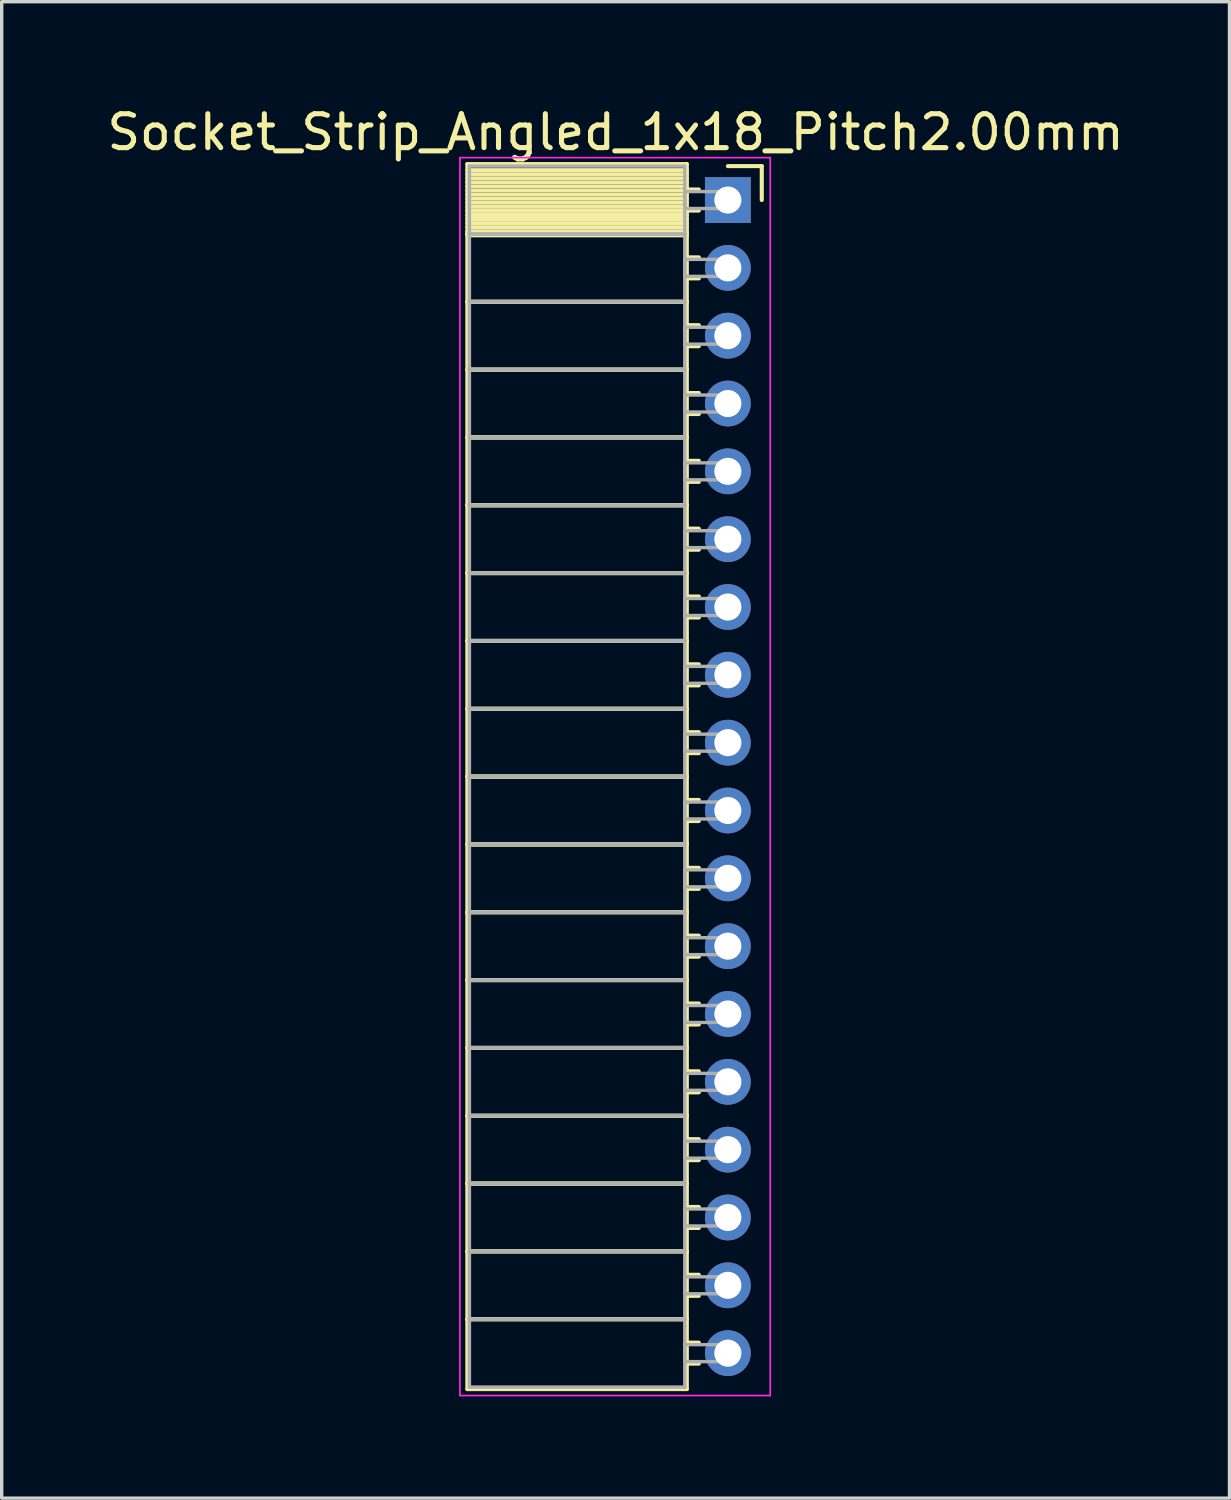
<source format=kicad_pcb>
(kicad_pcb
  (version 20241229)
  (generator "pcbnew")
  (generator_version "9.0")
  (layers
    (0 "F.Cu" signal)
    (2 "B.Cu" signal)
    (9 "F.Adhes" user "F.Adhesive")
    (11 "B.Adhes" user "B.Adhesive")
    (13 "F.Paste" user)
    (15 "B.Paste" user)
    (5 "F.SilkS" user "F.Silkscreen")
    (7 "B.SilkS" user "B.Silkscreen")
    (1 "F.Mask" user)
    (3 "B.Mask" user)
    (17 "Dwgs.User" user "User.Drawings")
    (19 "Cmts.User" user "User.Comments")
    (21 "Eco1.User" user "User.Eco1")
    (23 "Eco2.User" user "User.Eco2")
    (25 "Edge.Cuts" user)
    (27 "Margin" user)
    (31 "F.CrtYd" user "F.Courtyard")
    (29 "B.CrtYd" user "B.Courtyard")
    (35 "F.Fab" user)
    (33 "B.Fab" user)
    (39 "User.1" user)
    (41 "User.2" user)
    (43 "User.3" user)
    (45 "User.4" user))
  (footprint "Socket_Strip_Angled_1x18_Pitch2.00mm"
    (layer "F.Cu")
    (at 18.411 2.848)
    (property "Reference" "Socket_Strip_Angled_1x18_Pitch2.00mm" (at -3.31 -2 0) (layer "F.SilkS") (effects (font (size 1 1) (thickness 0.15))))
    (attr through_hole)
    (fp_line (start -7.68 -1.06) (end -1.21 -1.06) (stroke (width 0.12) (type solid)) (layer "F.SilkS"))
    (fp_line (start -7.68 1) (end -7.68 -1.06) (stroke (width 0.12) (type solid)) (layer "F.SilkS"))
    (fp_line (start -7.68 1) (end -1.21 1) (stroke (width 0.12) (type solid)) (layer "F.SilkS"))
    (fp_line (start -7.68 3) (end -7.68 1) (stroke (width 0.12) (type solid)) (layer "F.SilkS"))
    (fp_line (start -7.68 3) (end -1.21 3) (stroke (width 0.12) (type solid)) (layer "F.SilkS"))
    (fp_line (start -7.68 5) (end -7.68 3) (stroke (width 0.12) (type solid)) (layer "F.SilkS"))
    (fp_line (start -7.68 5) (end -1.21 5) (stroke (width 0.12) (type solid)) (layer "F.SilkS"))
    (fp_line (start -7.68 7) (end -7.68 5) (stroke (width 0.12) (type solid)) (layer "F.SilkS"))
    (fp_line (start -7.68 7) (end -1.21 7) (stroke (width 0.12) (type solid)) (layer "F.SilkS"))
    (fp_line (start -7.68 9) (end -7.68 7) (stroke (width 0.12) (type solid)) (layer "F.SilkS"))
    (fp_line (start -7.68 9) (end -1.21 9) (stroke (width 0.12) (type solid)) (layer "F.SilkS"))
    (fp_line (start -7.68 11) (end -7.68 9) (stroke (width 0.12) (type solid)) (layer "F.SilkS"))
    (fp_line (start -7.68 11) (end -1.21 11) (stroke (width 0.12) (type solid)) (layer "F.SilkS"))
    (fp_line (start -7.68 13) (end -7.68 11) (stroke (width 0.12) (type solid)) (layer "F.SilkS"))
    (fp_line (start -7.68 13) (end -1.21 13) (stroke (width 0.12) (type solid)) (layer "F.SilkS"))
    (fp_line (start -7.68 15) (end -7.68 13) (stroke (width 0.12) (type solid)) (layer "F.SilkS"))
    (fp_line (start -7.68 15) (end -1.21 15) (stroke (width 0.12) (type solid)) (layer "F.SilkS"))
    (fp_line (start -7.68 17) (end -7.68 15) (stroke (width 0.12) (type solid)) (layer "F.SilkS"))
    (fp_line (start -7.68 17) (end -1.21 17) (stroke (width 0.12) (type solid)) (layer "F.SilkS"))
    (fp_line (start -7.68 19) (end -7.68 17) (stroke (width 0.12) (type solid)) (layer "F.SilkS"))
    (fp_line (start -7.68 19) (end -1.21 19) (stroke (width 0.12) (type solid)) (layer "F.SilkS"))
    (fp_line (start -7.68 21) (end -7.68 19) (stroke (width 0.12) (type solid)) (layer "F.SilkS"))
    (fp_line (start -7.68 21) (end -1.21 21) (stroke (width 0.12) (type solid)) (layer "F.SilkS"))
    (fp_line (start -7.68 23) (end -7.68 21) (stroke (width 0.12) (type solid)) (layer "F.SilkS"))
    (fp_line (start -7.68 23) (end -1.21 23) (stroke (width 0.12) (type solid)) (layer "F.SilkS"))
    (fp_line (start -7.68 25) (end -7.68 23) (stroke (width 0.12) (type solid)) (layer "F.SilkS"))
    (fp_line (start -7.68 25) (end -1.21 25) (stroke (width 0.12) (type solid)) (layer "F.SilkS"))
    (fp_line (start -7.68 27) (end -7.68 25) (stroke (width 0.12) (type solid)) (layer "F.SilkS"))
    (fp_line (start -7.68 27) (end -1.21 27) (stroke (width 0.12) (type solid)) (layer "F.SilkS"))
    (fp_line (start -7.68 29) (end -7.68 27) (stroke (width 0.12) (type solid)) (layer "F.SilkS"))
    (fp_line (start -7.68 29) (end -1.21 29) (stroke (width 0.12) (type solid)) (layer "F.SilkS"))
    (fp_line (start -7.68 31) (end -7.68 29) (stroke (width 0.12) (type solid)) (layer "F.SilkS"))
    (fp_line (start -7.68 31) (end -1.21 31) (stroke (width 0.12) (type solid)) (layer "F.SilkS"))
    (fp_line (start -7.68 33) (end -7.68 31) (stroke (width 0.12) (type solid)) (layer "F.SilkS"))
    (fp_line (start -7.68 33) (end -1.21 33) (stroke (width 0.12) (type solid)) (layer "F.SilkS"))
    (fp_line (start -7.68 35.06) (end -7.68 33) (stroke (width 0.12) (type solid)) (layer "F.SilkS"))
    (fp_line (start -1.21 -1.06) (end -1.21 1) (stroke (width 0.12) (type solid)) (layer "F.SilkS"))
    (fp_line (start -1.21 -0.88) (end -7.68 -0.88) (stroke (width 0.12) (type solid)) (layer "F.SilkS"))
    (fp_line (start -1.21 -0.76) (end -7.68 -0.76) (stroke (width 0.12) (type solid)) (layer "F.SilkS"))
    (fp_line (start -1.21 -0.64) (end -7.68 -0.64) (stroke (width 0.12) (type solid)) (layer "F.SilkS"))
    (fp_line (start -1.21 -0.52) (end -7.68 -0.52) (stroke (width 0.12) (type solid)) (layer "F.SilkS"))
    (fp_line (start -1.21 -0.4) (end -7.68 -0.4) (stroke (width 0.12) (type solid)) (layer "F.SilkS"))
    (fp_line (start -1.21 -0.28) (end -7.68 -0.28) (stroke (width 0.12) (type solid)) (layer "F.SilkS"))
    (fp_line (start -1.21 -0.16) (end -7.68 -0.16) (stroke (width 0.12) (type solid)) (layer "F.SilkS"))
    (fp_line (start -1.21 -0.04) (end -7.68 -0.04) (stroke (width 0.12) (type solid)) (layer "F.SilkS"))
    (fp_line (start -1.21 0.08) (end -7.68 0.08) (stroke (width 0.12) (type solid)) (layer "F.SilkS"))
    (fp_line (start -1.21 0.2) (end -7.68 0.2) (stroke (width 0.12) (type solid)) (layer "F.SilkS"))
    (fp_line (start -1.21 0.32) (end -7.68 0.32) (stroke (width 0.12) (type solid)) (layer "F.SilkS"))
    (fp_line (start -1.21 0.44) (end -7.68 0.44) (stroke (width 0.12) (type solid)) (layer "F.SilkS"))
    (fp_line (start -1.21 0.56) (end -7.68 0.56) (stroke (width 0.12) (type solid)) (layer "F.SilkS"))
    (fp_line (start -1.21 0.68) (end -7.68 0.68) (stroke (width 0.12) (type solid)) (layer "F.SilkS"))
    (fp_line (start -1.21 0.8) (end -7.68 0.8) (stroke (width 0.12) (type solid)) (layer "F.SilkS"))
    (fp_line (start -1.21 0.92) (end -7.68 0.92) (stroke (width 0.12) (type solid)) (layer "F.SilkS"))
    (fp_line (start -1.21 1) (end -7.68 1) (stroke (width 0.12) (type solid)) (layer "F.SilkS"))
    (fp_line (start -1.21 1) (end -1.21 3) (stroke (width 0.12) (type solid)) (layer "F.SilkS"))
    (fp_line (start -1.21 1.04) (end -7.68 1.04) (stroke (width 0.12) (type solid)) (layer "F.SilkS"))
    (fp_line (start -1.21 3) (end -7.68 3) (stroke (width 0.12) (type solid)) (layer "F.SilkS"))
    (fp_line (start -1.21 3) (end -1.21 5) (stroke (width 0.12) (type solid)) (layer "F.SilkS"))
    (fp_line (start -1.21 5) (end -7.68 5) (stroke (width 0.12) (type solid)) (layer "F.SilkS"))
    (fp_line (start -1.21 5) (end -1.21 7) (stroke (width 0.12) (type solid)) (layer "F.SilkS"))
    (fp_line (start -1.21 7) (end -7.68 7) (stroke (width 0.12) (type solid)) (layer "F.SilkS"))
    (fp_line (start -1.21 7) (end -1.21 9) (stroke (width 0.12) (type solid)) (layer "F.SilkS"))
    (fp_line (start -1.21 9) (end -7.68 9) (stroke (width 0.12) (type solid)) (layer "F.SilkS"))
    (fp_line (start -1.21 9) (end -1.21 11) (stroke (width 0.12) (type solid)) (layer "F.SilkS"))
    (fp_line (start -1.21 11) (end -7.68 11) (stroke (width 0.12) (type solid)) (layer "F.SilkS"))
    (fp_line (start -1.21 11) (end -1.21 13) (stroke (width 0.12) (type solid)) (layer "F.SilkS"))
    (fp_line (start -1.21 13) (end -7.68 13) (stroke (width 0.12) (type solid)) (layer "F.SilkS"))
    (fp_line (start -1.21 13) (end -1.21 15) (stroke (width 0.12) (type solid)) (layer "F.SilkS"))
    (fp_line (start -1.21 15) (end -7.68 15) (stroke (width 0.12) (type solid)) (layer "F.SilkS"))
    (fp_line (start -1.21 15) (end -1.21 17) (stroke (width 0.12) (type solid)) (layer "F.SilkS"))
    (fp_line (start -1.21 17) (end -7.68 17) (stroke (width 0.12) (type solid)) (layer "F.SilkS"))
    (fp_line (start -1.21 17) (end -1.21 19) (stroke (width 0.12) (type solid)) (layer "F.SilkS"))
    (fp_line (start -1.21 19) (end -7.68 19) (stroke (width 0.12) (type solid)) (layer "F.SilkS"))
    (fp_line (start -1.21 19) (end -1.21 21) (stroke (width 0.12) (type solid)) (layer "F.SilkS"))
    (fp_line (start -1.21 21) (end -7.68 21) (stroke (width 0.12) (type solid)) (layer "F.SilkS"))
    (fp_line (start -1.21 21) (end -1.21 23) (stroke (width 0.12) (type solid)) (layer "F.SilkS"))
    (fp_line (start -1.21 23) (end -7.68 23) (stroke (width 0.12) (type solid)) (layer "F.SilkS"))
    (fp_line (start -1.21 23) (end -1.21 25) (stroke (width 0.12) (type solid)) (layer "F.SilkS"))
    (fp_line (start -1.21 25) (end -7.68 25) (stroke (width 0.12) (type solid)) (layer "F.SilkS"))
    (fp_line (start -1.21 25) (end -1.21 27) (stroke (width 0.12) (type solid)) (layer "F.SilkS"))
    (fp_line (start -1.21 27) (end -7.68 27) (stroke (width 0.12) (type solid)) (layer "F.SilkS"))
    (fp_line (start -1.21 27) (end -1.21 29) (stroke (width 0.12) (type solid)) (layer "F.SilkS"))
    (fp_line (start -1.21 29) (end -7.68 29) (stroke (width 0.12) (type solid)) (layer "F.SilkS"))
    (fp_line (start -1.21 29) (end -1.21 31) (stroke (width 0.12) (type solid)) (layer "F.SilkS"))
    (fp_line (start -1.21 31) (end -7.68 31) (stroke (width 0.12) (type solid)) (layer "F.SilkS"))
    (fp_line (start -1.21 31) (end -1.21 33) (stroke (width 0.12) (type solid)) (layer "F.SilkS"))
    (fp_line (start -1.21 33) (end -7.68 33) (stroke (width 0.12) (type solid)) (layer "F.SilkS"))
    (fp_line (start -1.21 33) (end -1.21 35.06) (stroke (width 0.12) (type solid)) (layer "F.SilkS"))
    (fp_line (start -1.21 35.06) (end -7.68 35.06) (stroke (width 0.12) (type solid)) (layer "F.SilkS"))
    (fp_line (start -0.855 -0.31) (end -1.21 -0.31) (stroke (width 0.12) (type solid)) (layer "F.SilkS"))
    (fp_line (start -0.855 0.31) (end -1.21 0.31) (stroke (width 0.12) (type solid)) (layer "F.SilkS"))
    (fp_line (start -0.855 1.69) (end -1.21 1.69) (stroke (width 0.12) (type solid)) (layer "F.SilkS"))
    (fp_line (start -0.855 2.31) (end -1.21 2.31) (stroke (width 0.12) (type solid)) (layer "F.SilkS"))
    (fp_line (start -0.855 3.69) (end -1.21 3.69) (stroke (width 0.12) (type solid)) (layer "F.SilkS"))
    (fp_line (start -0.855 4.31) (end -1.21 4.31) (stroke (width 0.12) (type solid)) (layer "F.SilkS"))
    (fp_line (start -0.855 5.69) (end -1.21 5.69) (stroke (width 0.12) (type solid)) (layer "F.SilkS"))
    (fp_line (start -0.855 6.31) (end -1.21 6.31) (stroke (width 0.12) (type solid)) (layer "F.SilkS"))
    (fp_line (start -0.855 7.69) (end -1.21 7.69) (stroke (width 0.12) (type solid)) (layer "F.SilkS"))
    (fp_line (start -0.855 8.31) (end -1.21 8.31) (stroke (width 0.12) (type solid)) (layer "F.SilkS"))
    (fp_line (start -0.855 9.69) (end -1.21 9.69) (stroke (width 0.12) (type solid)) (layer "F.SilkS"))
    (fp_line (start -0.855 10.31) (end -1.21 10.31) (stroke (width 0.12) (type solid)) (layer "F.SilkS"))
    (fp_line (start -0.855 11.69) (end -1.21 11.69) (stroke (width 0.12) (type solid)) (layer "F.SilkS"))
    (fp_line (start -0.855 12.31) (end -1.21 12.31) (stroke (width 0.12) (type solid)) (layer "F.SilkS"))
    (fp_line (start -0.855 13.69) (end -1.21 13.69) (stroke (width 0.12) (type solid)) (layer "F.SilkS"))
    (fp_line (start -0.855 14.31) (end -1.21 14.31) (stroke (width 0.12) (type solid)) (layer "F.SilkS"))
    (fp_line (start -0.855 15.69) (end -1.21 15.69) (stroke (width 0.12) (type solid)) (layer "F.SilkS"))
    (fp_line (start -0.855 16.31) (end -1.21 16.31) (stroke (width 0.12) (type solid)) (layer "F.SilkS"))
    (fp_line (start -0.855 17.69) (end -1.21 17.69) (stroke (width 0.12) (type solid)) (layer "F.SilkS"))
    (fp_line (start -0.855 18.31) (end -1.21 18.31) (stroke (width 0.12) (type solid)) (layer "F.SilkS"))
    (fp_line (start -0.855 19.69) (end -1.21 19.69) (stroke (width 0.12) (type solid)) (layer "F.SilkS"))
    (fp_line (start -0.855 20.31) (end -1.21 20.31) (stroke (width 0.12) (type solid)) (layer "F.SilkS"))
    (fp_line (start -0.855 21.69) (end -1.21 21.69) (stroke (width 0.12) (type solid)) (layer "F.SilkS"))
    (fp_line (start -0.855 22.31) (end -1.21 22.31) (stroke (width 0.12) (type solid)) (layer "F.SilkS"))
    (fp_line (start -0.855 23.69) (end -1.21 23.69) (stroke (width 0.12) (type solid)) (layer "F.SilkS"))
    (fp_line (start -0.855 24.31) (end -1.21 24.31) (stroke (width 0.12) (type solid)) (layer "F.SilkS"))
    (fp_line (start -0.855 25.69) (end -1.21 25.69) (stroke (width 0.12) (type solid)) (layer "F.SilkS"))
    (fp_line (start -0.855 26.31) (end -1.21 26.31) (stroke (width 0.12) (type solid)) (layer "F.SilkS"))
    (fp_line (start -0.855 27.69) (end -1.21 27.69) (stroke (width 0.12) (type solid)) (layer "F.SilkS"))
    (fp_line (start -0.855 28.31) (end -1.21 28.31) (stroke (width 0.12) (type solid)) (layer "F.SilkS"))
    (fp_line (start -0.855 29.69) (end -1.21 29.69) (stroke (width 0.12) (type solid)) (layer "F.SilkS"))
    (fp_line (start -0.855 30.31) (end -1.21 30.31) (stroke (width 0.12) (type solid)) (layer "F.SilkS"))
    (fp_line (start -0.855 31.69) (end -1.21 31.69) (stroke (width 0.12) (type solid)) (layer "F.SilkS"))
    (fp_line (start -0.855 32.31) (end -1.21 32.31) (stroke (width 0.12) (type solid)) (layer "F.SilkS"))
    (fp_line (start -0.855 33.69) (end -1.21 33.69) (stroke (width 0.12) (type solid)) (layer "F.SilkS"))
    (fp_line (start -0.855 34.31) (end -1.21 34.31) (stroke (width 0.12) (type solid)) (layer "F.SilkS"))
    (fp_line (start 0 -1) (end 1 -1) (stroke (width 0.12) (type solid)) (layer "F.SilkS"))
    (fp_line (start 1 -1) (end 1 0) (stroke (width 0.12) (type solid)) (layer "F.SilkS"))
    (fp_line (start -7.9 -1.25) (end 1.25 -1.25) (stroke (width 0.05) (type solid)) (layer "F.CrtYd"))
    (fp_line (start -7.9 35.25) (end -7.9 -1.25) (stroke (width 0.05) (type solid)) (layer "F.CrtYd"))
    (fp_line (start 1.25 -1.25) (end 1.25 35.25) (stroke (width 0.05) (type solid)) (layer "F.CrtYd"))
    (fp_line (start 1.25 35.25) (end -7.9 35.25) (stroke (width 0.05) (type solid)) (layer "F.CrtYd"))
    (fp_line (start -7.62 -1) (end -1.27 -1) (stroke (width 0.1) (type solid)) (layer "F.Fab"))
    (fp_line (start -7.62 1) (end -7.62 -1) (stroke (width 0.1) (type solid)) (layer "F.Fab"))
    (fp_line (start -7.62 1) (end -1.27 1) (stroke (width 0.1) (type solid)) (layer "F.Fab"))
    (fp_line (start -7.62 3) (end -7.62 1) (stroke (width 0.1) (type solid)) (layer "F.Fab"))
    (fp_line (start -7.62 3) (end -1.27 3) (stroke (width 0.1) (type solid)) (layer "F.Fab"))
    (fp_line (start -7.62 5) (end -7.62 3) (stroke (width 0.1) (type solid)) (layer "F.Fab"))
    (fp_line (start -7.62 5) (end -1.27 5) (stroke (width 0.1) (type solid)) (layer "F.Fab"))
    (fp_line (start -7.62 7) (end -7.62 5) (stroke (width 0.1) (type solid)) (layer "F.Fab"))
    (fp_line (start -7.62 7) (end -1.27 7) (stroke (width 0.1) (type solid)) (layer "F.Fab"))
    (fp_line (start -7.62 9) (end -7.62 7) (stroke (width 0.1) (type solid)) (layer "F.Fab"))
    (fp_line (start -7.62 9) (end -1.27 9) (stroke (width 0.1) (type solid)) (layer "F.Fab"))
    (fp_line (start -7.62 11) (end -7.62 9) (stroke (width 0.1) (type solid)) (layer "F.Fab"))
    (fp_line (start -7.62 11) (end -1.27 11) (stroke (width 0.1) (type solid)) (layer "F.Fab"))
    (fp_line (start -7.62 13) (end -7.62 11) (stroke (width 0.1) (type solid)) (layer "F.Fab"))
    (fp_line (start -7.62 13) (end -1.27 13) (stroke (width 0.1) (type solid)) (layer "F.Fab"))
    (fp_line (start -7.62 15) (end -7.62 13) (stroke (width 0.1) (type solid)) (layer "F.Fab"))
    (fp_line (start -7.62 15) (end -1.27 15) (stroke (width 0.1) (type solid)) (layer "F.Fab"))
    (fp_line (start -7.62 17) (end -7.62 15) (stroke (width 0.1) (type solid)) (layer "F.Fab"))
    (fp_line (start -7.62 17) (end -1.27 17) (stroke (width 0.1) (type solid)) (layer "F.Fab"))
    (fp_line (start -7.62 19) (end -7.62 17) (stroke (width 0.1) (type solid)) (layer "F.Fab"))
    (fp_line (start -7.62 19) (end -1.27 19) (stroke (width 0.1) (type solid)) (layer "F.Fab"))
    (fp_line (start -7.62 21) (end -7.62 19) (stroke (width 0.1) (type solid)) (layer "F.Fab"))
    (fp_line (start -7.62 21) (end -1.27 21) (stroke (width 0.1) (type solid)) (layer "F.Fab"))
    (fp_line (start -7.62 23) (end -7.62 21) (stroke (width 0.1) (type solid)) (layer "F.Fab"))
    (fp_line (start -7.62 23) (end -1.27 23) (stroke (width 0.1) (type solid)) (layer "F.Fab"))
    (fp_line (start -7.62 25) (end -7.62 23) (stroke (width 0.1) (type solid)) (layer "F.Fab"))
    (fp_line (start -7.62 25) (end -1.27 25) (stroke (width 0.1) (type solid)) (layer "F.Fab"))
    (fp_line (start -7.62 27) (end -7.62 25) (stroke (width 0.1) (type solid)) (layer "F.Fab"))
    (fp_line (start -7.62 27) (end -1.27 27) (stroke (width 0.1) (type solid)) (layer "F.Fab"))
    (fp_line (start -7.62 29) (end -7.62 27) (stroke (width 0.1) (type solid)) (layer "F.Fab"))
    (fp_line (start -7.62 29) (end -1.27 29) (stroke (width 0.1) (type solid)) (layer "F.Fab"))
    (fp_line (start -7.62 31) (end -7.62 29) (stroke (width 0.1) (type solid)) (layer "F.Fab"))
    (fp_line (start -7.62 31) (end -1.27 31) (stroke (width 0.1) (type solid)) (layer "F.Fab"))
    (fp_line (start -7.62 33) (end -7.62 31) (stroke (width 0.1) (type solid)) (layer "F.Fab"))
    (fp_line (start -7.62 33) (end -1.27 33) (stroke (width 0.1) (type solid)) (layer "F.Fab"))
    (fp_line (start -7.62 35) (end -7.62 33) (stroke (width 0.1) (type solid)) (layer "F.Fab"))
    (fp_line (start -1.27 -1) (end -1.27 1) (stroke (width 0.1) (type solid)) (layer "F.Fab"))
    (fp_line (start -1.27 -0.25) (end 0 -0.25) (stroke (width 0.1) (type solid)) (layer "F.Fab"))
    (fp_line (start -1.27 0.25) (end -1.27 -0.25) (stroke (width 0.1) (type solid)) (layer "F.Fab"))
    (fp_line (start -1.27 1) (end -7.62 1) (stroke (width 0.1) (type solid)) (layer "F.Fab"))
    (fp_line (start -1.27 1) (end -1.27 3) (stroke (width 0.1) (type solid)) (layer "F.Fab"))
    (fp_line (start -1.27 1.75) (end 0 1.75) (stroke (width 0.1) (type solid)) (layer "F.Fab"))
    (fp_line (start -1.27 2.25) (end -1.27 1.75) (stroke (width 0.1) (type solid)) (layer "F.Fab"))
    (fp_line (start -1.27 3) (end -7.62 3) (stroke (width 0.1) (type solid)) (layer "F.Fab"))
    (fp_line (start -1.27 3) (end -1.27 5) (stroke (width 0.1) (type solid)) (layer "F.Fab"))
    (fp_line (start -1.27 3.75) (end 0 3.75) (stroke (width 0.1) (type solid)) (layer "F.Fab"))
    (fp_line (start -1.27 4.25) (end -1.27 3.75) (stroke (width 0.1) (type solid)) (layer "F.Fab"))
    (fp_line (start -1.27 5) (end -7.62 5) (stroke (width 0.1) (type solid)) (layer "F.Fab"))
    (fp_line (start -1.27 5) (end -1.27 7) (stroke (width 0.1) (type solid)) (layer "F.Fab"))
    (fp_line (start -1.27 5.75) (end 0 5.75) (stroke (width 0.1) (type solid)) (layer "F.Fab"))
    (fp_line (start -1.27 6.25) (end -1.27 5.75) (stroke (width 0.1) (type solid)) (layer "F.Fab"))
    (fp_line (start -1.27 7) (end -7.62 7) (stroke (width 0.1) (type solid)) (layer "F.Fab"))
    (fp_line (start -1.27 7) (end -1.27 9) (stroke (width 0.1) (type solid)) (layer "F.Fab"))
    (fp_line (start -1.27 7.75) (end 0 7.75) (stroke (width 0.1) (type solid)) (layer "F.Fab"))
    (fp_line (start -1.27 8.25) (end -1.27 7.75) (stroke (width 0.1) (type solid)) (layer "F.Fab"))
    (fp_line (start -1.27 9) (end -7.62 9) (stroke (width 0.1) (type solid)) (layer "F.Fab"))
    (fp_line (start -1.27 9) (end -1.27 11) (stroke (width 0.1) (type solid)) (layer "F.Fab"))
    (fp_line (start -1.27 9.75) (end 0 9.75) (stroke (width 0.1) (type solid)) (layer "F.Fab"))
    (fp_line (start -1.27 10.25) (end -1.27 9.75) (stroke (width 0.1) (type solid)) (layer "F.Fab"))
    (fp_line (start -1.27 11) (end -7.62 11) (stroke (width 0.1) (type solid)) (layer "F.Fab"))
    (fp_line (start -1.27 11) (end -1.27 13) (stroke (width 0.1) (type solid)) (layer "F.Fab"))
    (fp_line (start -1.27 11.75) (end 0 11.75) (stroke (width 0.1) (type solid)) (layer "F.Fab"))
    (fp_line (start -1.27 12.25) (end -1.27 11.75) (stroke (width 0.1) (type solid)) (layer "F.Fab"))
    (fp_line (start -1.27 13) (end -7.62 13) (stroke (width 0.1) (type solid)) (layer "F.Fab"))
    (fp_line (start -1.27 13) (end -1.27 15) (stroke (width 0.1) (type solid)) (layer "F.Fab"))
    (fp_line (start -1.27 13.75) (end 0 13.75) (stroke (width 0.1) (type solid)) (layer "F.Fab"))
    (fp_line (start -1.27 14.25) (end -1.27 13.75) (stroke (width 0.1) (type solid)) (layer "F.Fab"))
    (fp_line (start -1.27 15) (end -7.62 15) (stroke (width 0.1) (type solid)) (layer "F.Fab"))
    (fp_line (start -1.27 15) (end -1.27 17) (stroke (width 0.1) (type solid)) (layer "F.Fab"))
    (fp_line (start -1.27 15.75) (end 0 15.75) (stroke (width 0.1) (type solid)) (layer "F.Fab"))
    (fp_line (start -1.27 16.25) (end -1.27 15.75) (stroke (width 0.1) (type solid)) (layer "F.Fab"))
    (fp_line (start -1.27 17) (end -7.62 17) (stroke (width 0.1) (type solid)) (layer "F.Fab"))
    (fp_line (start -1.27 17) (end -1.27 19) (stroke (width 0.1) (type solid)) (layer "F.Fab"))
    (fp_line (start -1.27 17.75) (end 0 17.75) (stroke (width 0.1) (type solid)) (layer "F.Fab"))
    (fp_line (start -1.27 18.25) (end -1.27 17.75) (stroke (width 0.1) (type solid)) (layer "F.Fab"))
    (fp_line (start -1.27 19) (end -7.62 19) (stroke (width 0.1) (type solid)) (layer "F.Fab"))
    (fp_line (start -1.27 19) (end -1.27 21) (stroke (width 0.1) (type solid)) (layer "F.Fab"))
    (fp_line (start -1.27 19.75) (end 0 19.75) (stroke (width 0.1) (type solid)) (layer "F.Fab"))
    (fp_line (start -1.27 20.25) (end -1.27 19.75) (stroke (width 0.1) (type solid)) (layer "F.Fab"))
    (fp_line (start -1.27 21) (end -7.62 21) (stroke (width 0.1) (type solid)) (layer "F.Fab"))
    (fp_line (start -1.27 21) (end -1.27 23) (stroke (width 0.1) (type solid)) (layer "F.Fab"))
    (fp_line (start -1.27 21.75) (end 0 21.75) (stroke (width 0.1) (type solid)) (layer "F.Fab"))
    (fp_line (start -1.27 22.25) (end -1.27 21.75) (stroke (width 0.1) (type solid)) (layer "F.Fab"))
    (fp_line (start -1.27 23) (end -7.62 23) (stroke (width 0.1) (type solid)) (layer "F.Fab"))
    (fp_line (start -1.27 23) (end -1.27 25) (stroke (width 0.1) (type solid)) (layer "F.Fab"))
    (fp_line (start -1.27 23.75) (end 0 23.75) (stroke (width 0.1) (type solid)) (layer "F.Fab"))
    (fp_line (start -1.27 24.25) (end -1.27 23.75) (stroke (width 0.1) (type solid)) (layer "F.Fab"))
    (fp_line (start -1.27 25) (end -7.62 25) (stroke (width 0.1) (type solid)) (layer "F.Fab"))
    (fp_line (start -1.27 25) (end -1.27 27) (stroke (width 0.1) (type solid)) (layer "F.Fab"))
    (fp_line (start -1.27 25.75) (end 0 25.75) (stroke (width 0.1) (type solid)) (layer "F.Fab"))
    (fp_line (start -1.27 26.25) (end -1.27 25.75) (stroke (width 0.1) (type solid)) (layer "F.Fab"))
    (fp_line (start -1.27 27) (end -7.62 27) (stroke (width 0.1) (type solid)) (layer "F.Fab"))
    (fp_line (start -1.27 27) (end -1.27 29) (stroke (width 0.1) (type solid)) (layer "F.Fab"))
    (fp_line (start -1.27 27.75) (end 0 27.75) (stroke (width 0.1) (type solid)) (layer "F.Fab"))
    (fp_line (start -1.27 28.25) (end -1.27 27.75) (stroke (width 0.1) (type solid)) (layer "F.Fab"))
    (fp_line (start -1.27 29) (end -7.62 29) (stroke (width 0.1) (type solid)) (layer "F.Fab"))
    (fp_line (start -1.27 29) (end -1.27 31) (stroke (width 0.1) (type solid)) (layer "F.Fab"))
    (fp_line (start -1.27 29.75) (end 0 29.75) (stroke (width 0.1) (type solid)) (layer "F.Fab"))
    (fp_line (start -1.27 30.25) (end -1.27 29.75) (stroke (width 0.1) (type solid)) (layer "F.Fab"))
    (fp_line (start -1.27 31) (end -7.62 31) (stroke (width 0.1) (type solid)) (layer "F.Fab"))
    (fp_line (start -1.27 31) (end -1.27 33) (stroke (width 0.1) (type solid)) (layer "F.Fab"))
    (fp_line (start -1.27 31.75) (end 0 31.75) (stroke (width 0.1) (type solid)) (layer "F.Fab"))
    (fp_line (start -1.27 32.25) (end -1.27 31.75) (stroke (width 0.1) (type solid)) (layer "F.Fab"))
    (fp_line (start -1.27 33) (end -7.62 33) (stroke (width 0.1) (type solid)) (layer "F.Fab"))
    (fp_line (start -1.27 33) (end -1.27 35) (stroke (width 0.1) (type solid)) (layer "F.Fab"))
    (fp_line (start -1.27 33.75) (end 0 33.75) (stroke (width 0.1) (type solid)) (layer "F.Fab"))
    (fp_line (start -1.27 34.25) (end -1.27 33.75) (stroke (width 0.1) (type solid)) (layer "F.Fab"))
    (fp_line (start -1.27 35) (end -7.62 35) (stroke (width 0.1) (type solid)) (layer "F.Fab"))
    (fp_line (start 0 -0.25) (end 0 0.25) (stroke (width 0.1) (type solid)) (layer "F.Fab"))
    (fp_line (start 0 0.25) (end -1.27 0.25) (stroke (width 0.1) (type solid)) (layer "F.Fab"))
    (fp_line (start 0 1.75) (end 0 2.25) (stroke (width 0.1) (type solid)) (layer "F.Fab"))
    (fp_line (start 0 2.25) (end -1.27 2.25) (stroke (width 0.1) (type solid)) (layer "F.Fab"))
    (fp_line (start 0 3.75) (end 0 4.25) (stroke (width 0.1) (type solid)) (layer "F.Fab"))
    (fp_line (start 0 4.25) (end -1.27 4.25) (stroke (width 0.1) (type solid)) (layer "F.Fab"))
    (fp_line (start 0 5.75) (end 0 6.25) (stroke (width 0.1) (type solid)) (layer "F.Fab"))
    (fp_line (start 0 6.25) (end -1.27 6.25) (stroke (width 0.1) (type solid)) (layer "F.Fab"))
    (fp_line (start 0 7.75) (end 0 8.25) (stroke (width 0.1) (type solid)) (layer "F.Fab"))
    (fp_line (start 0 8.25) (end -1.27 8.25) (stroke (width 0.1) (type solid)) (layer "F.Fab"))
    (fp_line (start 0 9.75) (end 0 10.25) (stroke (width 0.1) (type solid)) (layer "F.Fab"))
    (fp_line (start 0 10.25) (end -1.27 10.25) (stroke (width 0.1) (type solid)) (layer "F.Fab"))
    (fp_line (start 0 11.75) (end 0 12.25) (stroke (width 0.1) (type solid)) (layer "F.Fab"))
    (fp_line (start 0 12.25) (end -1.27 12.25) (stroke (width 0.1) (type solid)) (layer "F.Fab"))
    (fp_line (start 0 13.75) (end 0 14.25) (stroke (width 0.1) (type solid)) (layer "F.Fab"))
    (fp_line (start 0 14.25) (end -1.27 14.25) (stroke (width 0.1) (type solid)) (layer "F.Fab"))
    (fp_line (start 0 15.75) (end 0 16.25) (stroke (width 0.1) (type solid)) (layer "F.Fab"))
    (fp_line (start 0 16.25) (end -1.27 16.25) (stroke (width 0.1) (type solid)) (layer "F.Fab"))
    (fp_line (start 0 17.75) (end 0 18.25) (stroke (width 0.1) (type solid)) (layer "F.Fab"))
    (fp_line (start 0 18.25) (end -1.27 18.25) (stroke (width 0.1) (type solid)) (layer "F.Fab"))
    (fp_line (start 0 19.75) (end 0 20.25) (stroke (width 0.1) (type solid)) (layer "F.Fab"))
    (fp_line (start 0 20.25) (end -1.27 20.25) (stroke (width 0.1) (type solid)) (layer "F.Fab"))
    (fp_line (start 0 21.75) (end 0 22.25) (stroke (width 0.1) (type solid)) (layer "F.Fab"))
    (fp_line (start 0 22.25) (end -1.27 22.25) (stroke (width 0.1) (type solid)) (layer "F.Fab"))
    (fp_line (start 0 23.75) (end 0 24.25) (stroke (width 0.1) (type solid)) (layer "F.Fab"))
    (fp_line (start 0 24.25) (end -1.27 24.25) (stroke (width 0.1) (type solid)) (layer "F.Fab"))
    (fp_line (start 0 25.75) (end 0 26.25) (stroke (width 0.1) (type solid)) (layer "F.Fab"))
    (fp_line (start 0 26.25) (end -1.27 26.25) (stroke (width 0.1) (type solid)) (layer "F.Fab"))
    (fp_line (start 0 27.75) (end 0 28.25) (stroke (width 0.1) (type solid)) (layer "F.Fab"))
    (fp_line (start 0 28.25) (end -1.27 28.25) (stroke (width 0.1) (type solid)) (layer "F.Fab"))
    (fp_line (start 0 29.75) (end 0 30.25) (stroke (width 0.1) (type solid)) (layer "F.Fab"))
    (fp_line (start 0 30.25) (end -1.27 30.25) (stroke (width 0.1) (type solid)) (layer "F.Fab"))
    (fp_line (start 0 31.75) (end 0 32.25) (stroke (width 0.1) (type solid)) (layer "F.Fab"))
    (fp_line (start 0 32.25) (end -1.27 32.25) (stroke (width 0.1) (type solid)) (layer "F.Fab"))
    (fp_line (start 0 33.75) (end 0 34.25) (stroke (width 0.1) (type solid)) (layer "F.Fab"))
    (fp_line (start 0 34.25) (end -1.27 34.25) (stroke (width 0.1) (type solid)) (layer "F.Fab"))
    (pad "1" thru_hole rect (at 0 0) (size 1.35 1.35) (drill 0.8) (layers "*.Cu" "*.Mask"))
    (pad "2" thru_hole oval (at 0 2) (size 1.35 1.35) (drill 0.8) (layers "*.Cu" "*.Mask"))
    (pad "3" thru_hole oval (at 0 4) (size 1.35 1.35) (drill 0.8) (layers "*.Cu" "*.Mask"))
    (pad "4" thru_hole oval (at 0 6) (size 1.35 1.35) (drill 0.8) (layers "*.Cu" "*.Mask"))
    (pad "5" thru_hole oval (at 0 8) (size 1.35 1.35) (drill 0.8) (layers "*.Cu" "*.Mask"))
    (pad "6" thru_hole oval (at 0 10) (size 1.35 1.35) (drill 0.8) (layers "*.Cu" "*.Mask"))
    (pad "7" thru_hole oval (at 0 12) (size 1.35 1.35) (drill 0.8) (layers "*.Cu" "*.Mask"))
    (pad "8" thru_hole oval (at 0 14) (size 1.35 1.35) (drill 0.8) (layers "*.Cu" "*.Mask"))
    (pad "9" thru_hole oval (at 0 16) (size 1.35 1.35) (drill 0.8) (layers "*.Cu" "*.Mask"))
    (pad "10" thru_hole oval (at 0 18) (size 1.35 1.35) (drill 0.8) (layers "*.Cu" "*.Mask"))
    (pad "11" thru_hole oval (at 0 20) (size 1.35 1.35) (drill 0.8) (layers "*.Cu" "*.Mask"))
    (pad "12" thru_hole oval (at 0 22) (size 1.35 1.35) (drill 0.8) (layers "*.Cu" "*.Mask"))
    (pad "13" thru_hole oval (at 0 24) (size 1.35 1.35) (drill 0.8) (layers "*.Cu" "*.Mask"))
    (pad "14" thru_hole oval (at 0 26) (size 1.35 1.35) (drill 0.8) (layers "*.Cu" "*.Mask"))
    (pad "15" thru_hole oval (at 0 28) (size 1.35 1.35) (drill 0.8) (layers "*.Cu" "*.Mask"))
    (pad "16" thru_hole oval (at 0 30) (size 1.35 1.35) (drill 0.8) (layers "*.Cu" "*.Mask"))
    (pad "17" thru_hole oval (at 0 32) (size 1.35 1.35) (drill 0.8) (layers "*.Cu" "*.Mask"))
    (pad "18" thru_hole oval (at 0 34) (size 1.35 1.35) (drill 0.8) (layers "*.Cu" "*.Mask")))
  (gr_rect
    (start -3 -3)
    (end 33.202 41.123)
    (stroke (width 0.1) (type default))
    (fill no)
    (layer "Edge.Cuts")))
</source>
